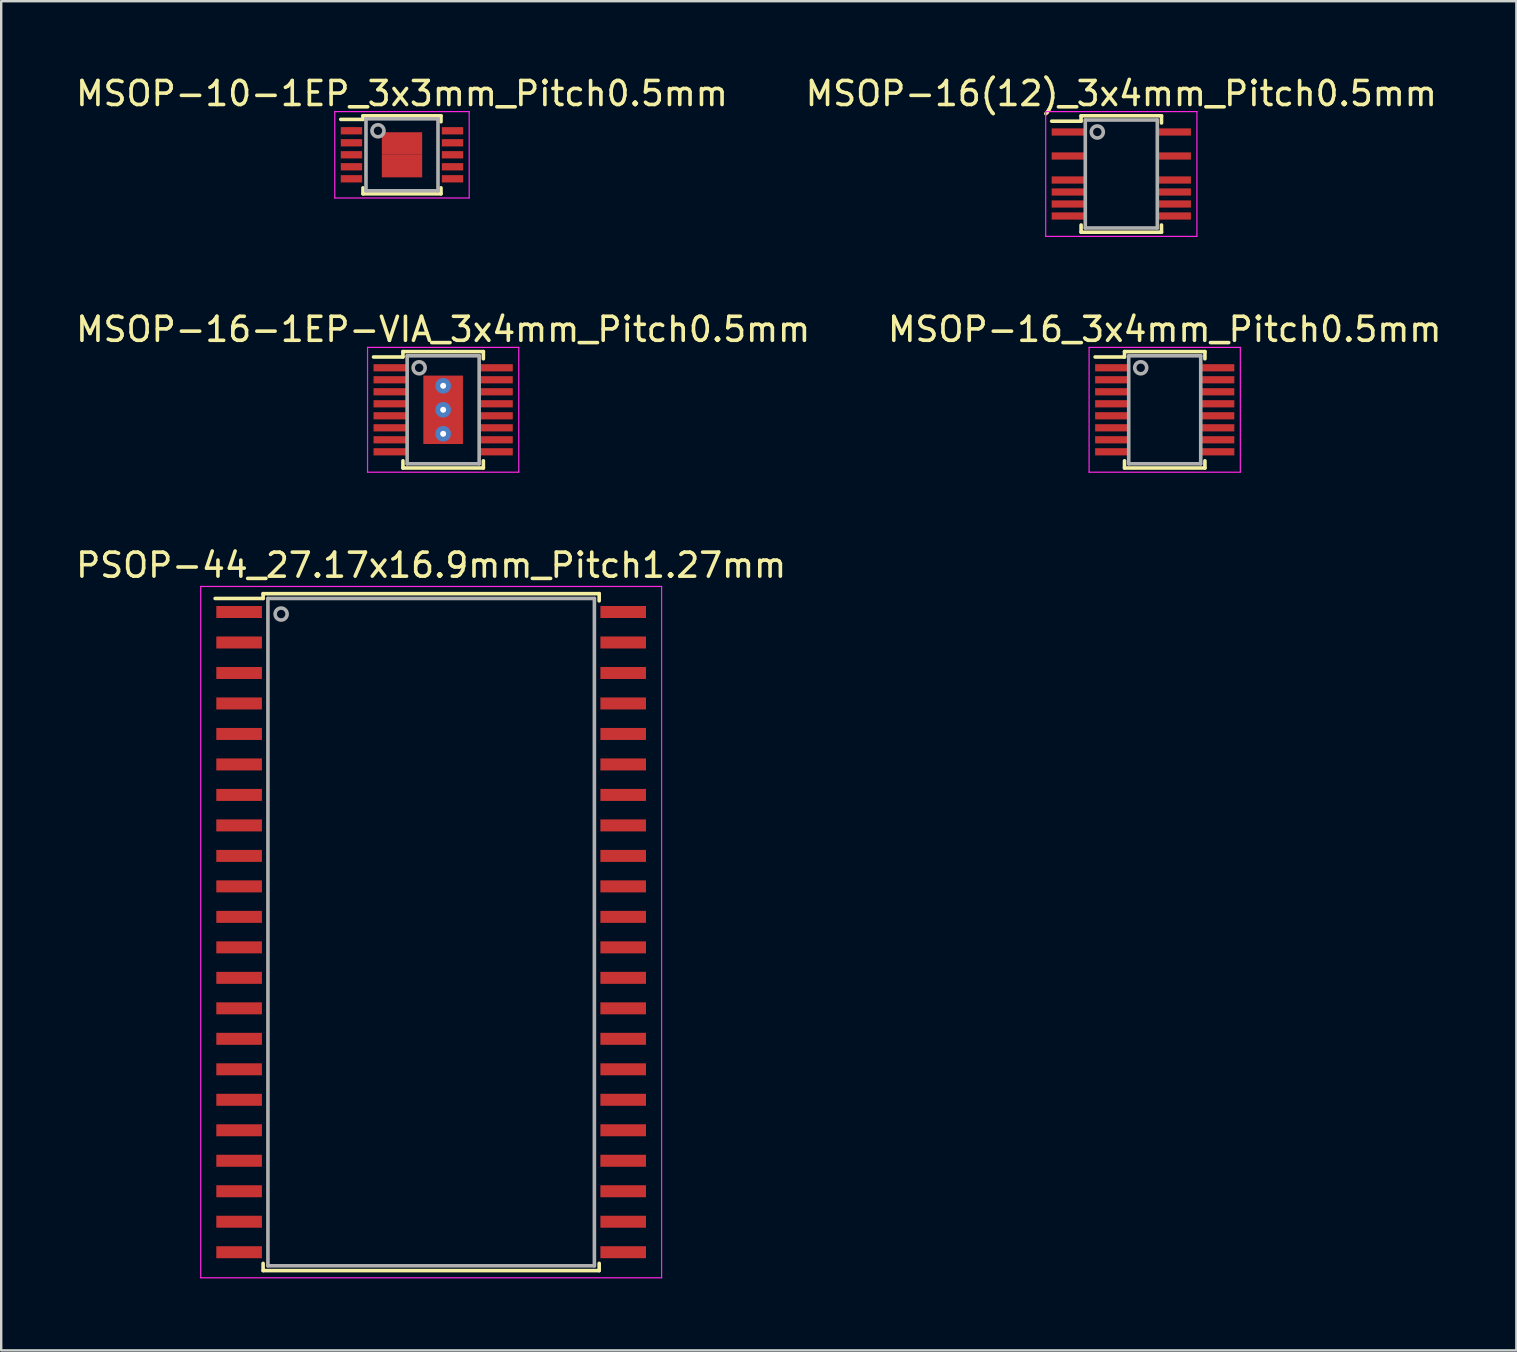
<source format=kicad_pcb>
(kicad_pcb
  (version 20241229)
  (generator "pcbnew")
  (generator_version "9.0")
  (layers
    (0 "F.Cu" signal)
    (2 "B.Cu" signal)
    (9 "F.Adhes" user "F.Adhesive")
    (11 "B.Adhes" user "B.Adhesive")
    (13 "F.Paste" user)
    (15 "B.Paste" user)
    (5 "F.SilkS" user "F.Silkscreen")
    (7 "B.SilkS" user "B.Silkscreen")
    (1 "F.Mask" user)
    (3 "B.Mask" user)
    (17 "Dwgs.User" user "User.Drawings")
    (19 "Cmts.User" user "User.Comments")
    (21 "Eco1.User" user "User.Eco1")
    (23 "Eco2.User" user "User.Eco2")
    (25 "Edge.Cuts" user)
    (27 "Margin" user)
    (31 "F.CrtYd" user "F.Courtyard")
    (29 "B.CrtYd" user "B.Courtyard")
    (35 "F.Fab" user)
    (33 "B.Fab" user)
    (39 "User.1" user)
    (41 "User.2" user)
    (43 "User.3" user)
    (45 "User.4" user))
  (footprint "MSOP-16_3x4mm_Pitch0.5mm"
    (layer "F.Cu")
    (at 45.47 14.021)
    (property "Reference" "MSOP-16_3x4mm_Pitch0.5mm" (at 0 -3.35 0) (layer "F.SilkS") (effects (font (size 1 1) (thickness 0.15))))
    (attr smd)
    (fp_line (start -1.675 -2.425) (end -1.675 -2.2) (stroke (width 0.15) (type solid)) (layer "F.SilkS"))
    (fp_line (start -1.675 -2.425) (end 1.675 -2.425) (stroke (width 0.15) (type solid)) (layer "F.SilkS"))
    (fp_line (start -1.675 -2.2) (end -2.9 -2.2) (stroke (width 0.15) (type solid)) (layer "F.SilkS"))
    (fp_line (start -1.675 2.425) (end -1.675 2.125) (stroke (width 0.15) (type solid)) (layer "F.SilkS"))
    (fp_line (start -1.675 2.425) (end 1.675 2.425) (stroke (width 0.15) (type solid)) (layer "F.SilkS"))
    (fp_line (start 1.675 -2.425) (end 1.675 -2.125) (stroke (width 0.15) (type solid)) (layer "F.SilkS"))
    (fp_line (start 1.675 2.425) (end 1.675 2.125) (stroke (width 0.15) (type solid)) (layer "F.SilkS"))
    (fp_line (start -3.15 -2.6) (end -3.15 2.6) (stroke (width 0.05) (type solid)) (layer "F.CrtYd"))
    (fp_line (start -3.15 -2.6) (end 3.15 -2.6) (stroke (width 0.05) (type solid)) (layer "F.CrtYd"))
    (fp_line (start -3.15 2.6) (end 3.15 2.6) (stroke (width 0.05) (type solid)) (layer "F.CrtYd"))
    (fp_line (start 3.15 -2.6) (end 3.15 2.6) (stroke (width 0.05) (type solid)) (layer "F.CrtYd"))
    (fp_line (start -1.5 -2.25) (end 1.5 -2.25) (stroke (width 0.15) (type solid)) (layer "F.Fab"))
    (fp_line (start -1.5 2.25) (end -1.5 -2.25) (stroke (width 0.15) (type solid)) (layer "F.Fab"))
    (fp_line (start 1.5 -2.25) (end 1.5 2.25) (stroke (width 0.15) (type solid)) (layer "F.Fab"))
    (fp_line (start 1.5 2.25) (end -1.5 2.25) (stroke (width 0.15) (type solid)) (layer "F.Fab"))
    (fp_circle (center -1 -1.75) (end -1.25 -1.75) (stroke (width 0.15) (type solid)) (fill no) (layer "F.Fab"))
    (pad "1" smd rect (at -2.2 -1.75) (size 1.4 0.3) (layers "F.Cu" "F.Mask" "F.Paste"))
    (pad "2" smd rect (at -2.2 -1.25) (size 1.4 0.3) (layers "F.Cu" "F.Mask" "F.Paste"))
    (pad "3" smd rect (at -2.2 -0.75) (size 1.4 0.3) (layers "F.Cu" "F.Mask" "F.Paste"))
    (pad "4" smd rect (at -2.2 -0.25) (size 1.4 0.3) (layers "F.Cu" "F.Mask" "F.Paste"))
    (pad "5" smd rect (at -2.2 0.25) (size 1.4 0.3) (layers "F.Cu" "F.Mask" "F.Paste"))
    (pad "6" smd rect (at -2.2 0.75) (size 1.4 0.3) (layers "F.Cu" "F.Mask" "F.Paste"))
    (pad "7" smd rect (at -2.2 1.25) (size 1.4 0.3) (layers "F.Cu" "F.Mask" "F.Paste"))
    (pad "8" smd rect (at -2.2 1.75) (size 1.4 0.3) (layers "F.Cu" "F.Mask" "F.Paste"))
    (pad "9" smd rect (at 2.2 1.75) (size 1.4 0.3) (layers "F.Cu" "F.Mask" "F.Paste"))
    (pad "10" smd rect (at 2.2 1.25) (size 1.4 0.3) (layers "F.Cu" "F.Mask" "F.Paste"))
    (pad "11" smd rect (at 2.2 0.75) (size 1.4 0.3) (layers "F.Cu" "F.Mask" "F.Paste"))
    (pad "12" smd rect (at 2.2 0.25) (size 1.4 0.3) (layers "F.Cu" "F.Mask" "F.Paste"))
    (pad "13" smd rect (at 2.2 -0.25) (size 1.4 0.3) (layers "F.Cu" "F.Mask" "F.Paste"))
    (pad "14" smd rect (at 2.2 -0.75) (size 1.4 0.3) (layers "F.Cu" "F.Mask" "F.Paste"))
    (pad "15" smd rect (at 2.2 -1.25) (size 1.4 0.3) (layers "F.Cu" "F.Mask" "F.Paste"))
    (pad "16" smd rect (at 2.2 -1.75) (size 1.4 0.3) (layers "F.Cu" "F.Mask" "F.Paste")))
  (footprint "MSOP-16-1EP-VIA_3x4mm_Pitch0.5mm"
    (layer "F.Cu")
    (at 15.411 14.021)
    (property "Reference" "MSOP-16-1EP-VIA_3x4mm_Pitch0.5mm" (at 0 -3.35 0) (layer "F.SilkS") (effects (font (size 1 1) (thickness 0.15))))
    (attr smd)
    (fp_line (start -1.675 -2.425) (end -1.675 -2.2) (stroke (width 0.15) (type solid)) (layer "F.SilkS"))
    (fp_line (start -1.675 -2.425) (end 1.675 -2.425) (stroke (width 0.15) (type solid)) (layer "F.SilkS"))
    (fp_line (start -1.675 -2.2) (end -2.9 -2.2) (stroke (width 0.15) (type solid)) (layer "F.SilkS"))
    (fp_line (start -1.675 2.425) (end -1.675 2.125) (stroke (width 0.15) (type solid)) (layer "F.SilkS"))
    (fp_line (start -1.675 2.425) (end 1.675 2.425) (stroke (width 0.15) (type solid)) (layer "F.SilkS"))
    (fp_line (start 1.675 -2.425) (end 1.675 -2.125) (stroke (width 0.15) (type solid)) (layer "F.SilkS"))
    (fp_line (start 1.675 2.425) (end 1.675 2.125) (stroke (width 0.15) (type solid)) (layer "F.SilkS"))
    (fp_line (start -3.15 -2.6) (end -3.15 2.6) (stroke (width 0.05) (type solid)) (layer "F.CrtYd"))
    (fp_line (start -3.15 -2.6) (end 3.15 -2.6) (stroke (width 0.05) (type solid)) (layer "F.CrtYd"))
    (fp_line (start -3.15 2.6) (end 3.15 2.6) (stroke (width 0.05) (type solid)) (layer "F.CrtYd"))
    (fp_line (start 3.15 -2.6) (end 3.15 2.6) (stroke (width 0.05) (type solid)) (layer "F.CrtYd"))
    (fp_line (start -1.5 -2.25) (end 1.5 -2.25) (stroke (width 0.15) (type solid)) (layer "F.Fab"))
    (fp_line (start -1.5 2.25) (end -1.5 -2.25) (stroke (width 0.15) (type solid)) (layer "F.Fab"))
    (fp_line (start 1.5 -2.25) (end 1.5 2.25) (stroke (width 0.15) (type solid)) (layer "F.Fab"))
    (fp_line (start 1.5 2.25) (end -1.5 2.25) (stroke (width 0.15) (type solid)) (layer "F.Fab"))
    (fp_circle (center -1 -1.75) (end -1.25 -1.75) (stroke (width 0.15) (type solid)) (fill no) (layer "F.Fab"))
    (pad "1" smd rect (at -2.2 -1.75) (size 1.4 0.3) (layers "F.Cu" "F.Mask" "F.Paste"))
    (pad "2" smd rect (at -2.2 -1.25) (size 1.4 0.3) (layers "F.Cu" "F.Mask" "F.Paste"))
    (pad "3" smd rect (at -2.2 -0.75) (size 1.4 0.3) (layers "F.Cu" "F.Mask" "F.Paste"))
    (pad "4" smd rect (at -2.2 -0.25) (size 1.4 0.3) (layers "F.Cu" "F.Mask" "F.Paste"))
    (pad "5" smd rect (at -2.2 0.25) (size 1.4 0.3) (layers "F.Cu" "F.Mask" "F.Paste"))
    (pad "6" smd rect (at -2.2 0.75) (size 1.4 0.3) (layers "F.Cu" "F.Mask" "F.Paste"))
    (pad "7" smd rect (at -2.2 1.25) (size 1.4 0.3) (layers "F.Cu" "F.Mask" "F.Paste"))
    (pad "8" smd rect (at -2.2 1.75) (size 1.4 0.3) (layers "F.Cu" "F.Mask" "F.Paste"))
    (pad "9" smd rect (at 2.2 1.75) (size 1.4 0.3) (layers "F.Cu" "F.Mask" "F.Paste"))
    (pad "10" smd rect (at 2.2 1.25) (size 1.4 0.3) (layers "F.Cu" "F.Mask" "F.Paste"))
    (pad "11" smd rect (at 2.2 0.75) (size 1.4 0.3) (layers "F.Cu" "F.Mask" "F.Paste"))
    (pad "12" smd rect (at 2.2 0.25) (size 1.4 0.3) (layers "F.Cu" "F.Mask" "F.Paste"))
    (pad "13" smd rect (at 2.2 -0.25) (size 1.4 0.3) (layers "F.Cu" "F.Mask" "F.Paste"))
    (pad "14" smd rect (at 2.2 -0.75) (size 1.4 0.3) (layers "F.Cu" "F.Mask" "F.Paste"))
    (pad "15" smd rect (at 2.2 -1.25) (size 1.4 0.3) (layers "F.Cu" "F.Mask" "F.Paste"))
    (pad "16" smd rect (at 2.2 -1.75) (size 1.4 0.3) (layers "F.Cu" "F.Mask" "F.Paste"))
    (pad "17" thru_hole circle (at 0 -1) (size 0.65 0.65) (drill 0.25) (layers "*.Cu" "*.Paste" "*.Mask"))
    (pad "17" thru_hole circle (at 0 0) (size 0.65 0.65) (drill 0.25) (layers "*.Cu" "*.Paste" "*.Mask"))
    (pad "17" smd rect (at 0 0) (size 1.65 2.85) (layers "F.Cu" "F.Mask" "F.Paste"))
    (pad "17" thru_hole circle (at 0 1) (size 0.65 0.65) (drill 0.25) (layers "*.Cu" "*.Paste" "*.Mask")))
  (footprint "PSOP-44_27.17x16.9mm_Pitch1.27mm"
    (layer "F.Cu")
    (at 14.911 35.78)
    (property "Reference" "PSOP-44_27.17x16.9mm_Pitch1.27mm" (at 0 -15.285 0) (layer "F.SilkS") (effects (font (size 1 1) (thickness 0.15))))
    (attr smd)
    (fp_line (start -7 -14.1) (end -7 -13.9) (stroke (width 0.15) (type solid)) (layer "F.SilkS"))
    (fp_line (start -7 -14.1) (end 7 -14.1) (stroke (width 0.15) (type solid)) (layer "F.SilkS"))
    (fp_line (start -7 -13.9) (end -9 -13.9) (stroke (width 0.15) (type solid)) (layer "F.SilkS"))
    (fp_line (start -7 13.8) (end -7 14.1) (stroke (width 0.15) (type solid)) (layer "F.SilkS"))
    (fp_line (start -7 14.1) (end 7 14.1) (stroke (width 0.15) (type solid)) (layer "F.SilkS"))
    (fp_line (start 7 -14.1) (end 7 -13.8) (stroke (width 0.15) (type solid)) (layer "F.SilkS"))
    (fp_line (start 7 13.8) (end 7 14.1) (stroke (width 0.15) (type solid)) (layer "F.SilkS"))
    (fp_line (start -9.6 -14.4) (end -9.6 14.4) (stroke (width 0.05) (type solid)) (layer "F.CrtYd"))
    (fp_line (start -9.6 -14.4) (end 9.6 -14.4) (stroke (width 0.05) (type solid)) (layer "F.CrtYd"))
    (fp_line (start -9.6 14.4) (end 9.6 14.4) (stroke (width 0.05) (type solid)) (layer "F.CrtYd"))
    (fp_line (start 9.6 -14.4) (end 9.6 14.4) (stroke (width 0.05) (type solid)) (layer "F.CrtYd"))
    (fp_line (start -6.8 -13.9) (end 6.8 -13.9) (stroke (width 0.15) (type solid)) (layer "F.Fab"))
    (fp_line (start -6.8 13.9) (end -6.8 -13.9) (stroke (width 0.15) (type solid)) (layer "F.Fab"))
    (fp_line (start 6.8 -13.9) (end 6.8 13.9) (stroke (width 0.15) (type solid)) (layer "F.Fab"))
    (fp_line (start 6.8 13.9) (end -6.8 13.9) (stroke (width 0.15) (type solid)) (layer "F.Fab"))
    (fp_circle (center -6.25 -13.25) (end -6.5 -13.25) (stroke (width 0.15) (type solid)) (fill no) (layer "F.Fab"))
    (pad "1" smd rect (at -8 -13.335 270) (size 0.5 1.9) (layers "F.Cu" "F.Mask" "F.Paste"))
    (pad "2" smd rect (at -8 -12.065 270) (size 0.5 1.9) (layers "F.Cu" "F.Mask" "F.Paste"))
    (pad "3" smd rect (at -8 -10.795 270) (size 0.5 1.9) (layers "F.Cu" "F.Mask" "F.Paste"))
    (pad "4" smd rect (at -8 -9.525 270) (size 0.5 1.9) (layers "F.Cu" "F.Mask" "F.Paste"))
    (pad "5" smd rect (at -8 -8.255 270) (size 0.5 1.9) (layers "F.Cu" "F.Mask" "F.Paste"))
    (pad "6" smd rect (at -8 -6.985 270) (size 0.5 1.9) (layers "F.Cu" "F.Mask" "F.Paste"))
    (pad "7" smd rect (at -8 -5.715 270) (size 0.5 1.9) (layers "F.Cu" "F.Mask" "F.Paste"))
    (pad "8" smd rect (at -8 -4.445 270) (size 0.5 1.9) (layers "F.Cu" "F.Mask" "F.Paste"))
    (pad "9" smd rect (at -8 -3.175 270) (size 0.5 1.9) (layers "F.Cu" "F.Mask" "F.Paste"))
    (pad "10" smd rect (at -8 -1.905 270) (size 0.5 1.9) (layers "F.Cu" "F.Mask" "F.Paste"))
    (pad "11" smd rect (at -8 -0.635 270) (size 0.5 1.9) (layers "F.Cu" "F.Mask" "F.Paste"))
    (pad "12" smd rect (at -8 0.635 270) (size 0.5 1.9) (layers "F.Cu" "F.Mask" "F.Paste"))
    (pad "13" smd rect (at -8 1.905 270) (size 0.5 1.9) (layers "F.Cu" "F.Mask" "F.Paste"))
    (pad "14" smd rect (at -8 3.175 270) (size 0.5 1.9) (layers "F.Cu" "F.Mask" "F.Paste"))
    (pad "15" smd rect (at -8 4.445 270) (size 0.5 1.9) (layers "F.Cu" "F.Mask" "F.Paste"))
    (pad "16" smd rect (at -8 5.715 270) (size 0.5 1.9) (layers "F.Cu" "F.Mask" "F.Paste"))
    (pad "17" smd rect (at -8 6.985 270) (size 0.5 1.9) (layers "F.Cu" "F.Mask" "F.Paste"))
    (pad "18" smd rect (at -8 8.255 270) (size 0.5 1.9) (layers "F.Cu" "F.Mask" "F.Paste"))
    (pad "19" smd rect (at -8 9.525 270) (size 0.5 1.9) (layers "F.Cu" "F.Mask" "F.Paste"))
    (pad "20" smd rect (at -8 10.795 270) (size 0.5 1.9) (layers "F.Cu" "F.Mask" "F.Paste"))
    (pad "21" smd rect (at -8 12.065 270) (size 0.5 1.9) (layers "F.Cu" "F.Mask" "F.Paste"))
    (pad "22" smd rect (at -8 13.335 270) (size 0.5 1.9) (layers "F.Cu" "F.Mask" "F.Paste"))
    (pad "23" smd rect (at 8 13.335 270) (size 0.5 1.9) (layers "F.Cu" "F.Mask" "F.Paste"))
    (pad "24" smd rect (at 8 12.065 270) (size 0.5 1.9) (layers "F.Cu" "F.Mask" "F.Paste"))
    (pad "25" smd rect (at 8 10.795 270) (size 0.5 1.9) (layers "F.Cu" "F.Mask" "F.Paste"))
    (pad "26" smd rect (at 8 9.525 270) (size 0.5 1.9) (layers "F.Cu" "F.Mask" "F.Paste"))
    (pad "27" smd rect (at 8 8.255 270) (size 0.5 1.9) (layers "F.Cu" "F.Mask" "F.Paste"))
    (pad "28" smd rect (at 8 6.985 270) (size 0.5 1.9) (layers "F.Cu" "F.Mask" "F.Paste"))
    (pad "29" smd rect (at 8 5.715 270) (size 0.5 1.9) (layers "F.Cu" "F.Mask" "F.Paste"))
    (pad "30" smd rect (at 8 4.445 270) (size 0.5 1.9) (layers "F.Cu" "F.Mask" "F.Paste"))
    (pad "31" smd rect (at 8 3.175 270) (size 0.5 1.9) (layers "F.Cu" "F.Mask" "F.Paste"))
    (pad "32" smd rect (at 8 1.905 270) (size 0.5 1.9) (layers "F.Cu" "F.Mask" "F.Paste"))
    (pad "33" smd rect (at 8 0.635 270) (size 0.5 1.9) (layers "F.Cu" "F.Mask" "F.Paste"))
    (pad "34" smd rect (at 8 -0.635 270) (size 0.5 1.9) (layers "F.Cu" "F.Mask" "F.Paste"))
    (pad "35" smd rect (at 8 -1.905 270) (size 0.5 1.9) (layers "F.Cu" "F.Mask" "F.Paste"))
    (pad "36" smd rect (at 8 -3.175 270) (size 0.5 1.9) (layers "F.Cu" "F.Mask" "F.Paste"))
    (pad "37" smd rect (at 8 -4.445 270) (size 0.5 1.9) (layers "F.Cu" "F.Mask" "F.Paste"))
    (pad "38" smd rect (at 8 -5.715 270) (size 0.5 1.9) (layers "F.Cu" "F.Mask" "F.Paste"))
    (pad "39" smd rect (at 8 -6.985 270) (size 0.5 1.9) (layers "F.Cu" "F.Mask" "F.Paste"))
    (pad "40" smd rect (at 8 -8.255 270) (size 0.5 1.9) (layers "F.Cu" "F.Mask" "F.Paste"))
    (pad "41" smd rect (at 8 -9.525 270) (size 0.5 1.9) (layers "F.Cu" "F.Mask" "F.Paste"))
    (pad "42" smd rect (at 8 -10.795 270) (size 0.5 1.9) (layers "F.Cu" "F.Mask" "F.Paste"))
    (pad "43" smd rect (at 8 -12.065 270) (size 0.5 1.9) (layers "F.Cu" "F.Mask" "F.Paste"))
    (pad "44" smd rect (at 8 -13.335 270) (size 0.5 1.9) (layers "F.Cu" "F.Mask" "F.Paste")))
  (footprint "MSOP-16(12)_3x4mm_Pitch0.5mm"
    (layer "F.Cu")
    (at 43.661 4.198)
    (property "Reference" "MSOP-16(12)_3x4mm_Pitch0.5mm" (at 0 -3.35 0) (layer "F.SilkS") (effects (font (size 1 1) (thickness 0.15))))
    (attr smd)
    (fp_line (start -1.675 -2.425) (end -1.675 -2.2) (stroke (width 0.15) (type solid)) (layer "F.SilkS"))
    (fp_line (start -1.675 -2.425) (end 1.675 -2.425) (stroke (width 0.15) (type solid)) (layer "F.SilkS"))
    (fp_line (start -1.675 -2.2) (end -2.9 -2.2) (stroke (width 0.15) (type solid)) (layer "F.SilkS"))
    (fp_line (start -1.675 2.425) (end -1.675 2.125) (stroke (width 0.15) (type solid)) (layer "F.SilkS"))
    (fp_line (start -1.675 2.425) (end 1.675 2.425) (stroke (width 0.15) (type solid)) (layer "F.SilkS"))
    (fp_line (start 1.675 -2.425) (end 1.675 -2.125) (stroke (width 0.15) (type solid)) (layer "F.SilkS"))
    (fp_line (start 1.675 2.425) (end 1.675 2.125) (stroke (width 0.15) (type solid)) (layer "F.SilkS"))
    (fp_line (start -3.15 -2.6) (end -3.15 2.6) (stroke (width 0.05) (type solid)) (layer "F.CrtYd"))
    (fp_line (start -3.15 -2.6) (end 3.15 -2.6) (stroke (width 0.05) (type solid)) (layer "F.CrtYd"))
    (fp_line (start -3.15 2.6) (end 3.15 2.6) (stroke (width 0.05) (type solid)) (layer "F.CrtYd"))
    (fp_line (start 3.15 -2.6) (end 3.15 2.6) (stroke (width 0.05) (type solid)) (layer "F.CrtYd"))
    (fp_line (start -1.5 -2.25) (end 1.5 -2.25) (stroke (width 0.15) (type solid)) (layer "F.Fab"))
    (fp_line (start -1.5 2.25) (end -1.5 -2.25) (stroke (width 0.15) (type solid)) (layer "F.Fab"))
    (fp_line (start 1.5 -2.25) (end 1.5 2.25) (stroke (width 0.15) (type solid)) (layer "F.Fab"))
    (fp_line (start 1.5 2.25) (end -1.5 2.25) (stroke (width 0.15) (type solid)) (layer "F.Fab"))
    (fp_circle (center -1 -1.75) (end -1.25 -1.75) (stroke (width 0.15) (type solid)) (fill no) (layer "F.Fab"))
    (pad "1" smd rect (at -2.2 -1.75) (size 1.4 0.3) (layers "F.Cu" "F.Mask" "F.Paste"))
    (pad "3" smd rect (at -2.2 -0.75) (size 1.4 0.3) (layers "F.Cu" "F.Mask" "F.Paste"))
    (pad "5" smd rect (at -2.2 0.25) (size 1.4 0.3) (layers "F.Cu" "F.Mask" "F.Paste"))
    (pad "6" smd rect (at -2.2 0.75) (size 1.4 0.3) (layers "F.Cu" "F.Mask" "F.Paste"))
    (pad "7" smd rect (at -2.2 1.25) (size 1.4 0.3) (layers "F.Cu" "F.Mask" "F.Paste"))
    (pad "8" smd rect (at -2.2 1.75) (size 1.4 0.3) (layers "F.Cu" "F.Mask" "F.Paste"))
    (pad "9" smd rect (at 2.2 1.75) (size 1.4 0.3) (layers "F.Cu" "F.Mask" "F.Paste"))
    (pad "10" smd rect (at 2.2 1.25) (size 1.4 0.3) (layers "F.Cu" "F.Mask" "F.Paste"))
    (pad "11" smd rect (at 2.2 0.75) (size 1.4 0.3) (layers "F.Cu" "F.Mask" "F.Paste"))
    (pad "12" smd rect (at 2.2 0.25) (size 1.4 0.3) (layers "F.Cu" "F.Mask" "F.Paste"))
    (pad "14" smd rect (at 2.2 -0.75) (size 1.4 0.3) (layers "F.Cu" "F.Mask" "F.Paste"))
    (pad "16" smd rect (at 2.2 -1.75) (size 1.4 0.3) (layers "F.Cu" "F.Mask" "F.Paste")))
  (footprint "MSOP-10-1EP_3x3mm_Pitch0.5mm"
    (layer "F.Cu")
    (at 13.696 3.398)
    (property "Reference" "MSOP-10-1EP_3x3mm_Pitch0.5mm" (at 0 -2.55 0) (layer "F.SilkS") (effects (font (size 1 1) (thickness 0.15))))
    (attr smd)
    (fp_line (start -1.625 -1.625) (end -1.625 -1.475) (stroke (width 0.15) (type solid)) (layer "F.SilkS"))
    (fp_line (start -1.625 -1.625) (end 1.625 -1.625) (stroke (width 0.15) (type solid)) (layer "F.SilkS"))
    (fp_line (start -1.625 -1.475) (end -2.55 -1.475) (stroke (width 0.15) (type solid)) (layer "F.SilkS"))
    (fp_line (start -1.625 1.625) (end -1.625 1.377) (stroke (width 0.15) (type solid)) (layer "F.SilkS"))
    (fp_line (start -1.625 1.625) (end 1.625 1.625) (stroke (width 0.15) (type solid)) (layer "F.SilkS"))
    (fp_line (start 1.625 -1.625) (end 1.625 -1.377) (stroke (width 0.15) (type solid)) (layer "F.SilkS"))
    (fp_line (start 1.625 1.625) (end 1.625 1.377) (stroke (width 0.15) (type solid)) (layer "F.SilkS"))
    (fp_line (start -2.8 -1.8) (end -2.8 1.8) (stroke (width 0.05) (type solid)) (layer "F.CrtYd"))
    (fp_line (start -2.8 -1.8) (end 2.8 -1.8) (stroke (width 0.05) (type solid)) (layer "F.CrtYd"))
    (fp_line (start -2.8 1.8) (end 2.8 1.8) (stroke (width 0.05) (type solid)) (layer "F.CrtYd"))
    (fp_line (start 2.8 -1.8) (end 2.8 1.8) (stroke (width 0.05) (type solid)) (layer "F.CrtYd"))
    (fp_line (start -1.5 -1.5) (end 1.5 -1.5) (stroke (width 0.15) (type solid)) (layer "F.Fab"))
    (fp_line (start -1.5 1.5) (end -1.5 -1.5) (stroke (width 0.15) (type solid)) (layer "F.Fab"))
    (fp_line (start 1.5 -1.5) (end 1.5 1.5) (stroke (width 0.15) (type solid)) (layer "F.Fab"))
    (fp_line (start 1.5 1.5) (end -1.5 1.5) (stroke (width 0.15) (type solid)) (layer "F.Fab"))
    (fp_circle (center -1 -1) (end -1.25 -1) (stroke (width 0.15) (type solid)) (fill no) (layer "F.Fab"))
    (pad "1" smd rect (at -2.105 -1) (size 0.89 0.305) (layers "F.Cu" "F.Mask" "F.Paste"))
    (pad "2" smd rect (at -2.105 -0.5) (size 0.89 0.305) (layers "F.Cu" "F.Mask" "F.Paste"))
    (pad "3" smd rect (at -2.105 0) (size 0.89 0.305) (layers "F.Cu" "F.Mask" "F.Paste"))
    (pad "4" smd rect (at -2.105 0.5) (size 0.89 0.305) (layers "F.Cu" "F.Mask" "F.Paste"))
    (pad "5" smd rect (at -2.105 1) (size 0.89 0.305) (layers "F.Cu" "F.Mask" "F.Paste"))
    (pad "6" smd rect (at 2.105 1) (size 0.89 0.305) (layers "F.Cu" "F.Mask" "F.Paste"))
    (pad "7" smd rect (at 2.105 0.5) (size 0.89 0.305) (layers "F.Cu" "F.Mask" "F.Paste"))
    (pad "8" smd rect (at 2.105 0) (size 0.89 0.305) (layers "F.Cu" "F.Mask" "F.Paste"))
    (pad "9" smd rect (at 2.105 -0.5) (size 0.89 0.305) (layers "F.Cu" "F.Mask" "F.Paste"))
    (pad "10" smd rect (at 2.105 -1) (size 0.89 0.305) (layers "F.Cu" "F.Mask" "F.Paste"))
    (pad "11" smd rect (at -0.42 -0.47) (size 0.84 0.94) (layers "F.Cu" "F.Mask" "F.Paste"))
    (pad "11" smd rect (at -0.42 0.47) (size 0.84 0.94) (layers "F.Cu" "F.Mask" "F.Paste"))
    (pad "11" smd rect (at 0.42 -0.47) (size 0.84 0.94) (layers "F.Cu" "F.Mask" "F.Paste"))
    (pad "11" smd rect (at 0.42 0.47) (size 0.84 0.94) (layers "F.Cu" "F.Mask" "F.Paste")))
  (gr_rect
    (start -3 -3)
    (end 60.119 53.205)
    (stroke (width 0.1) (type default))
    (fill no)
    (layer "Edge.Cuts")))
</source>
